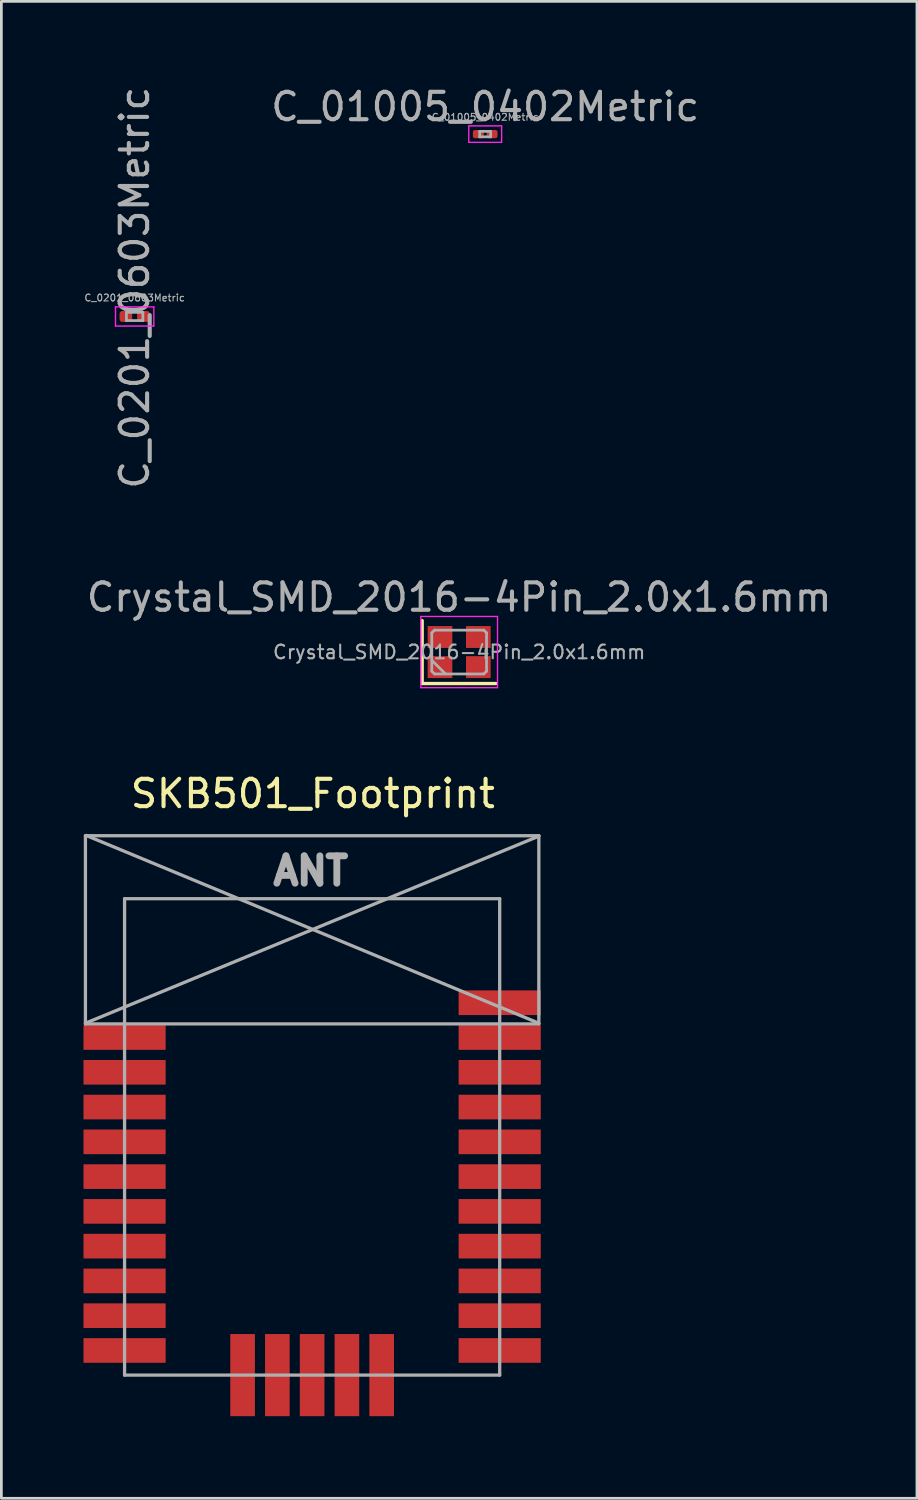
<source format=kicad_pcb>
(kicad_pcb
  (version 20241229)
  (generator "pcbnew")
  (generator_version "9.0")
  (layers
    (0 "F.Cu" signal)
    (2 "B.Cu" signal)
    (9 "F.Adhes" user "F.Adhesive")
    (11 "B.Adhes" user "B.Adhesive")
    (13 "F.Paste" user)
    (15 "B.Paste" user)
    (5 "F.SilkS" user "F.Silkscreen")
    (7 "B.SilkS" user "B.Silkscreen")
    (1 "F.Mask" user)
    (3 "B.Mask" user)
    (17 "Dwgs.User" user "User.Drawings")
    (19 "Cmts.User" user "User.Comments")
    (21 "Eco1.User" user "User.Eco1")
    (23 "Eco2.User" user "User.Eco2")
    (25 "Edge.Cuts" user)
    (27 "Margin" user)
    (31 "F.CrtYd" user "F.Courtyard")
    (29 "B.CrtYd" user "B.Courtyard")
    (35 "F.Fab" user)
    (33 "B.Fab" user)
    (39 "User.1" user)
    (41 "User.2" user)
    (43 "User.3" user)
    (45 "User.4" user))
  (footprint "SKB501_Footprint"
    (layer "F.Cu")
    (at 8.35 47.173)
    (property "Reference" "SKB501_Footprint" (at 0.025 -21.234 0) (layer "F.SilkS") (effects (font (size 1 1) (thickness 0.15))))
    (attr through_hole)
    (fp_line (start -8.28 -19.7) (end -8.28 -12.827) (stroke (width 0.12) (type solid)) (layer "F.Fab"))
    (fp_line (start -8.28 -19.7) (end 8.28 -19.7) (stroke (width 0.12) (type solid)) (layer "F.Fab"))
    (fp_line (start -8.28 -12.827) (end 8.28 -12.827) (stroke (width 0.12) (type solid)) (layer "F.Fab"))
    (fp_line (start -8.255 -19.71) (end 8.28 -12.852) (stroke (width 0.12) (type solid)) (layer "F.Fab"))
    (fp_line (start -6.85 0) (end -6.85 -17.4) (stroke (width 0.12) (type solid)) (layer "F.Fab"))
    (fp_line (start -6.85 0) (end 6.85 0) (stroke (width 0.12) (type solid)) (layer "F.Fab"))
    (fp_line (start 6.85 -17.4) (end -6.85 -17.4) (stroke (width 0.12) (type solid)) (layer "F.Fab"))
    (fp_line (start 6.85 0) (end 6.85 -17.4) (stroke (width 0.12) (type solid)) (layer "F.Fab"))
    (fp_line (start 8.28 -19.7) (end 8.28 -12.827) (stroke (width 0.12) (type solid)) (layer "F.Fab"))
    (fp_line (start 8.28 -19.685) (end -8.28 -12.852) (stroke (width 0.12) (type solid)) (layer "F.Fab"))
    (fp_text user "ANT" (at -0.051 -18.415 0) (layer "F.Fab") (effects (font (size 1 1) (thickness 0.25))))
    (pad "1" smd rect (at -6.85 -12.33 90) (size 0.9 3) (layers "F.Cu" "F.Mask" "F.Paste"))
    (pad "2" smd rect (at -6.85 -11.06 90) (size 0.9 3) (layers "F.Cu" "F.Mask" "F.Paste"))
    (pad "3" smd rect (at -6.85 -9.79 90) (size 0.9 3) (layers "F.Cu" "F.Mask" "F.Paste"))
    (pad "4" smd rect (at -6.85 -8.52 90) (size 0.9 3) (layers "F.Cu" "F.Mask" "F.Paste"))
    (pad "5" smd rect (at -6.85 -7.25 90) (size 0.9 3) (layers "F.Cu" "F.Mask" "F.Paste"))
    (pad "6" smd rect (at -6.85 -5.98 90) (size 0.9 3) (layers "F.Cu" "F.Mask" "F.Paste"))
    (pad "7" smd rect (at -6.85 -4.71 90) (size 0.9 3) (layers "F.Cu" "F.Mask" "F.Paste"))
    (pad "8" smd rect (at -6.85 -3.44 90) (size 0.9 3) (layers "F.Cu" "F.Mask" "F.Paste"))
    (pad "9" smd rect (at -6.85 -2.17 90) (size 0.9 3) (layers "F.Cu" "F.Mask" "F.Paste"))
    (pad "10" smd rect (at -6.85 -0.9 90) (size 0.9 3) (layers "F.Cu" "F.Mask" "F.Paste"))
    (pad "11" smd rect (at -2.54 0) (size 0.9 3) (layers "F.Cu" "F.Mask" "F.Paste"))
    (pad "12" smd rect (at -1.27 0) (size 0.9 3) (layers "F.Cu" "F.Mask" "F.Paste"))
    (pad "13" smd rect (at 0 0) (size 0.9 3) (layers "F.Cu" "F.Mask" "F.Paste"))
    (pad "14" smd rect (at 1.27 0) (size 0.9 3) (layers "F.Cu" "F.Mask" "F.Paste"))
    (pad "15" smd rect (at 2.54 0) (size 0.9 3) (layers "F.Cu" "F.Mask" "F.Paste"))
    (pad "16" smd rect (at 6.85 -0.9 90) (size 0.9 3) (layers "F.Cu" "F.Mask" "F.Paste"))
    (pad "17" smd rect (at 6.85 -2.17 90) (size 0.9 3) (layers "F.Cu" "F.Mask" "F.Paste"))
    (pad "18" smd rect (at 6.85 -3.44 90) (size 0.9 3) (layers "F.Cu" "F.Mask" "F.Paste"))
    (pad "19" smd rect (at 6.85 -4.71 90) (size 0.9 3) (layers "F.Cu" "F.Mask" "F.Paste"))
    (pad "20" smd rect (at 6.85 -5.98 90) (size 0.9 3) (layers "F.Cu" "F.Mask" "F.Paste"))
    (pad "21" smd rect (at 6.85 -7.25 90) (size 0.9 3) (layers "F.Cu" "F.Mask" "F.Paste"))
    (pad "22" smd rect (at 6.85 -8.52 90) (size 0.9 3) (layers "F.Cu" "F.Mask" "F.Paste"))
    (pad "23" smd rect (at 6.85 -9.79 90) (size 0.9 3) (layers "F.Cu" "F.Mask" "F.Paste"))
    (pad "24" smd rect (at 6.85 -11.06 90) (size 0.9 3) (layers "F.Cu" "F.Mask" "F.Paste"))
    (pad "25" smd rect (at 6.85 -12.33 90) (size 0.9 3) (layers "F.Cu" "F.Mask" "F.Paste"))
    (pad "26" smd rect (at 6.85 -13.6 90) (size 0.9 3) (layers "F.Cu" "F.Mask" "F.Paste")))
  (footprint "C_01005_0402Metric"
    (layer "F.Cu")
    (at 14.671 1.848)
    (property "Reference" "C_01005_0402Metric" (at 0 -1 180) (layer "F.Fab") (effects (font (size 1 1) (thickness 0.15))))
    (attr smd)
    (fp_line (start -0.6 -0.3) (end 0.6 -0.3) (stroke (width 0.05) (type solid)) (layer "F.CrtYd"))
    (fp_line (start -0.6 0.3) (end -0.6 -0.3) (stroke (width 0.05) (type solid)) (layer "F.CrtYd"))
    (fp_line (start 0.6 -0.3) (end 0.6 0.3) (stroke (width 0.05) (type solid)) (layer "F.CrtYd"))
    (fp_line (start 0.6 0.3) (end -0.6 0.3) (stroke (width 0.05) (type solid)) (layer "F.CrtYd"))
    (fp_line (start -0.2 -0.1) (end 0.2 -0.1) (stroke (width 0.1) (type solid)) (layer "F.Fab"))
    (fp_line (start -0.2 0.1) (end -0.2 -0.1) (stroke (width 0.1) (type solid)) (layer "F.Fab"))
    (fp_line (start 0.2 -0.1) (end 0.2 0.1) (stroke (width 0.1) (type solid)) (layer "F.Fab"))
    (fp_line (start 0.2 0.1) (end -0.2 0.1) (stroke (width 0.1) (type solid)) (layer "F.Fab"))
    (fp_text user "${REFERENCE}" (at 0 -0.62 180) (layer "F.Fab") (effects (font (size 0.25 0.25) (thickness 0.04))))
    (pad "" smd roundrect (at -0.275 0) (size 0.27 0.27) (layers "F.Paste") (roundrect_rratio 0.25))
    (pad "" smd roundrect (at 0.275 0) (size 0.27 0.27) (layers "F.Paste") (roundrect_rratio 0.25))
    (pad "1" smd roundrect (at -0.25 0) (size 0.4 0.3) (layers "F.Cu" "F.Mask") (roundrect_rratio 0.25))
    (pad "2" smd roundrect (at 0.25 0) (size 0.4 0.3) (layers "F.Cu" "F.Mask") (roundrect_rratio 0.25)))
  (footprint "Crystal_SMD_2016-4Pin_2.0x1.6mm"
    (layer "F.Cu")
    (at 13.72 20.765)
    (property "Reference" "Crystal_SMD_2016-4Pin_2.0x1.6mm" (at 0 -2 0) (layer "F.Fab") (effects (font (size 1 1) (thickness 0.15))))
    (attr smd)
    (fp_line (start -1.35 -1.15) (end -1.35 1.15) (stroke (width 0.12) (type solid)) (layer "F.SilkS"))
    (fp_line (start -1.35 1.15) (end 1.35 1.15) (stroke (width 0.12) (type solid)) (layer "F.SilkS"))
    (fp_line (start -1.4 -1.3) (end -1.4 1.3) (stroke (width 0.05) (type solid)) (layer "F.CrtYd"))
    (fp_line (start -1.4 1.3) (end 1.4 1.3) (stroke (width 0.05) (type solid)) (layer "F.CrtYd"))
    (fp_line (start 1.4 -1.3) (end -1.4 -1.3) (stroke (width 0.05) (type solid)) (layer "F.CrtYd"))
    (fp_line (start 1.4 1.3) (end 1.4 -1.3) (stroke (width 0.05) (type solid)) (layer "F.CrtYd"))
    (fp_line (start -1 -0.7) (end -0.9 -0.8) (stroke (width 0.1) (type solid)) (layer "F.Fab"))
    (fp_line (start -1 0.3) (end -0.5 0.8) (stroke (width 0.1) (type solid)) (layer "F.Fab"))
    (fp_line (start -1 0.7) (end -1 -0.7) (stroke (width 0.1) (type solid)) (layer "F.Fab"))
    (fp_line (start -0.9 -0.8) (end 0.9 -0.8) (stroke (width 0.1) (type solid)) (layer "F.Fab"))
    (fp_line (start -0.9 0.8) (end -1 0.7) (stroke (width 0.1) (type solid)) (layer "F.Fab"))
    (fp_line (start 0.9 -0.8) (end 1 -0.7) (stroke (width 0.1) (type solid)) (layer "F.Fab"))
    (fp_line (start 0.9 0.8) (end -0.9 0.8) (stroke (width 0.1) (type solid)) (layer "F.Fab"))
    (fp_line (start 1 -0.7) (end 1 0.7) (stroke (width 0.1) (type solid)) (layer "F.Fab"))
    (fp_line (start 1 0.7) (end 0.9 0.8) (stroke (width 0.1) (type solid)) (layer "F.Fab"))
    (fp_text user "${REFERENCE}" (at 0 0 0) (layer "F.Fab") (effects (font (size 0.5 0.5) (thickness 0.075))))
    (pad "1" smd rect (at -0.7 0.55) (size 0.9 0.8) (layers "F.Cu" "F.Mask" "F.Paste"))
    (pad "2" smd rect (at 0.7 0.55) (size 0.9 0.8) (layers "F.Cu" "F.Mask" "F.Paste"))
    (pad "3" smd rect (at 0.7 -0.55) (size 0.9 0.8) (layers "F.Cu" "F.Mask" "F.Paste"))
    (pad "4" smd rect (at -0.7 -0.55) (size 0.9 0.8) (layers "F.Cu" "F.Mask" "F.Paste")))
  (footprint "C_0201_0603Metric"
    (layer "F.Cu")
    (at 1.868 8.508)
    (property "Reference" "C_0201_0603Metric" (at 0 -1.05 90) (layer "F.Fab") (effects (font (size 1 1) (thickness 0.15))))
    (attr smd)
    (fp_line (start -0.7 -0.35) (end 0.7 -0.35) (stroke (width 0.05) (type solid)) (layer "F.CrtYd"))
    (fp_line (start -0.7 0.35) (end -0.7 -0.35) (stroke (width 0.05) (type solid)) (layer "F.CrtYd"))
    (fp_line (start 0.7 -0.35) (end 0.7 0.35) (stroke (width 0.05) (type solid)) (layer "F.CrtYd"))
    (fp_line (start 0.7 0.35) (end -0.7 0.35) (stroke (width 0.05) (type solid)) (layer "F.CrtYd"))
    (fp_line (start -0.3 -0.15) (end 0.3 -0.15) (stroke (width 0.1) (type solid)) (layer "F.Fab"))
    (fp_line (start -0.3 0.15) (end -0.3 -0.15) (stroke (width 0.1) (type solid)) (layer "F.Fab"))
    (fp_line (start 0.3 -0.15) (end 0.3 0.15) (stroke (width 0.1) (type solid)) (layer "F.Fab"))
    (fp_line (start 0.3 0.15) (end -0.3 0.15) (stroke (width 0.1) (type solid)) (layer "F.Fab"))
    (fp_text user "${REFERENCE}" (at 0 -0.68 0) (layer "F.Fab") (effects (font (size 0.25 0.25) (thickness 0.04))))
    (pad "" smd roundrect (at -0.345 0) (size 0.318 0.36) (layers "F.Paste") (roundrect_rratio 0.25))
    (pad "" smd roundrect (at 0.345 0) (size 0.318 0.36) (layers "F.Paste") (roundrect_rratio 0.25))
    (pad "1" smd roundrect (at -0.32 0) (size 0.46 0.4) (layers "F.Cu" "F.Mask") (roundrect_rratio 0.25))
    (pad "2" smd roundrect (at 0.32 0) (size 0.46 0.4) (layers "F.Cu" "F.Mask") (roundrect_rratio 0.25)))
  (gr_rect
    (start -3 -3)
    (end 30.44 51.673)
    (stroke (width 0.1) (type default))
    (fill no)
    (layer "Edge.Cuts")))
</source>
